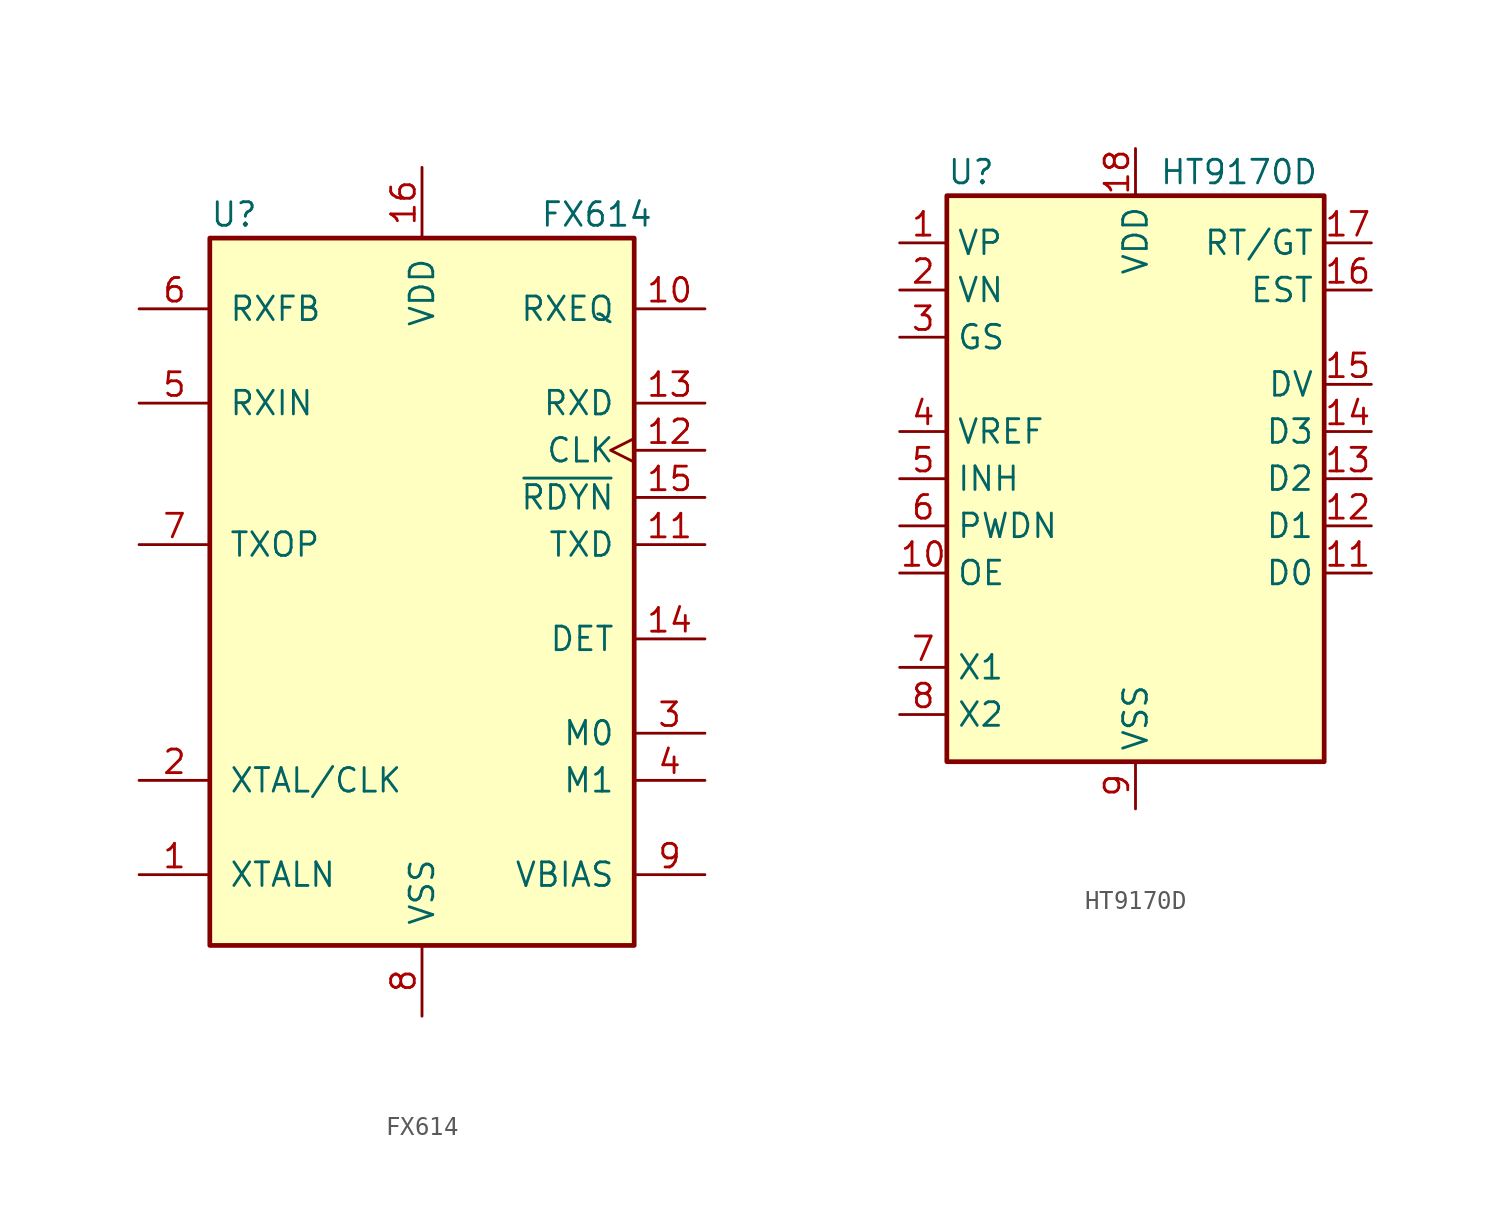
<source format=kicad_sym>
(kicad_symbol_lib
  (version 20201005)
  (generator kicad_symbol_editor)
  (symbol "FX614"
    (pin_names
      (offset 1.016))
    (property "Reference" "U"
      (at -11.43 20.32 0)
      (effects (font (size 1.27 1.27)) (justify left)))
    (property "Value" "FX614"
      (at 6.35 20.32 0)
      (effects (font (size 1.27 1.27)) (justify left)))
    (symbol "FX614_0_1"
      (rectangle (start -11.43 19.05) (end 11.43 -19.05) (stroke (width 0.254)) (fill (type background))))
    (symbol "FX614_1_1"
      (pin output line (at -15.24 -15.24 0) (length 3.81) (name "XTALN" (effects (font (size 1.27 1.27)))) (number "1" (effects (font (size 1.27 1.27)))))
      (pin input line (at 15.24 15.24 180) (length 3.81) (name "RXEQ" (effects (font (size 1.27 1.27)))) (number "10" (effects (font (size 1.27 1.27)))))
      (pin input line (at 15.24 2.54 180) (length 3.81) (name "TXD" (effects (font (size 1.27 1.27)))) (number "11" (effects (font (size 1.27 1.27)))))
      (pin input clock (at 15.24 7.62 180) (length 3.81) (name "CLK" (effects (font (size 1.27 1.27)))) (number "12" (effects (font (size 1.27 1.27)))))
      (pin output line (at 15.24 10.16 180) (length 3.81) (name "RXD" (effects (font (size 1.27 1.27)))) (number "13" (effects (font (size 1.27 1.27)))))
      (pin output line (at 15.24 -2.54 180) (length 3.81) (name "DET" (effects (font (size 1.27 1.27)))) (number "14" (effects (font (size 1.27 1.27)))))
      (pin output line (at 15.24 5.08 180) (length 3.81) (name "~RDYN~" (effects (font (size 1.27 1.27)))) (number "15" (effects (font (size 1.27 1.27)))))
      (pin power_in line (at 0 22.86 270) (length 3.81) (name "VDD" (effects (font (size 1.27 1.27)))) (number "16" (effects (font (size 1.27 1.27)))))
      (pin input line (at -15.24 -10.16 0) (length 3.81) (name "XTAL/CLK" (effects (font (size 1.27 1.27)))) (number "2" (effects (font (size 1.27 1.27)))))
      (pin input line (at 15.24 -7.62 180) (length 3.81) (name "M0" (effects (font (size 1.27 1.27)))) (number "3" (effects (font (size 1.27 1.27)))))
      (pin input line (at 15.24 -10.16 180) (length 3.81) (name "M1" (effects (font (size 1.27 1.27)))) (number "4" (effects (font (size 1.27 1.27)))))
      (pin input line (at -15.24 10.16 0) (length 3.81) (name "RXIN" (effects (font (size 1.27 1.27)))) (number "5" (effects (font (size 1.27 1.27)))))
      (pin output line (at -15.24 15.24 0) (length 3.81) (name "RXFB" (effects (font (size 1.27 1.27)))) (number "6" (effects (font (size 1.27 1.27)))))
      (pin output line (at -15.24 2.54 0) (length 3.81) (name "TXOP" (effects (font (size 1.27 1.27)))) (number "7" (effects (font (size 1.27 1.27)))))
      (pin power_in line (at 0 -22.86 90) (length 3.81) (name "VSS" (effects (font (size 1.27 1.27)))) (number "8" (effects (font (size 1.27 1.27)))))
      (pin passive line (at 15.24 -15.24 180) (length 3.81) (name "VBIAS" (effects (font (size 1.27 1.27)))) (number "9" (effects (font (size 1.27 1.27)))))))
  (symbol "HT9170D"
    (property "Reference" "U"
      (at -10.16 16.51 0)
      (effects (font (size 1.27 1.27)) (justify left)))
    (property "Value" "HT9170D"
      (at 1.27 16.51 0)
      (effects (font (size 1.27 1.27)) (justify left)))
    (symbol "HT9170D_0_1"
      (rectangle (start -10.16 15.24) (end 10.16 -15.24) (stroke (width 0.254)) (fill (type background))))
    (symbol "HT9170D_1_1"
      (pin input line (at -12.7 12.7 0) (length 2.54) (name "VP" (effects (font (size 1.27 1.27)))) (number "1" (effects (font (size 1.27 1.27)))))
      (pin input line (at -12.7 -5.08 0) (length 2.54) (name "OE" (effects (font (size 1.27 1.27)))) (number "10" (effects (font (size 1.27 1.27)))))
      (pin tri_state line (at 12.7 -5.08 180) (length 2.54) (name "D0" (effects (font (size 1.27 1.27)))) (number "11" (effects (font (size 1.27 1.27)))))
      (pin tri_state line (at 12.7 -2.54 180) (length 2.54) (name "D1" (effects (font (size 1.27 1.27)))) (number "12" (effects (font (size 1.27 1.27)))))
      (pin tri_state line (at 12.7 0 180) (length 2.54) (name "D2" (effects (font (size 1.27 1.27)))) (number "13" (effects (font (size 1.27 1.27)))))
      (pin tri_state line (at 12.7 2.54 180) (length 2.54) (name "D3" (effects (font (size 1.27 1.27)))) (number "14" (effects (font (size 1.27 1.27)))))
      (pin output line (at 12.7 5.08 180) (length 2.54) (name "DV" (effects (font (size 1.27 1.27)))) (number "15" (effects (font (size 1.27 1.27)))))
      (pin output line (at 12.7 10.16 180) (length 2.54) (name "EST" (effects (font (size 1.27 1.27)))) (number "16" (effects (font (size 1.27 1.27)))))
      (pin bidirectional line (at 12.7 12.7 180) (length 2.54) (name "RT/GT" (effects (font (size 1.27 1.27)))) (number "17" (effects (font (size 1.27 1.27)))))
      (pin power_in line (at 0 17.78 270) (length 2.54) (name "VDD" (effects (font (size 1.27 1.27)))) (number "18" (effects (font (size 1.27 1.27)))))
      (pin input line (at -12.7 10.16 0) (length 2.54) (name "VN" (effects (font (size 1.27 1.27)))) (number "2" (effects (font (size 1.27 1.27)))))
      (pin output line (at -12.7 7.62 0) (length 2.54) (name "GS" (effects (font (size 1.27 1.27)))) (number "3" (effects (font (size 1.27 1.27)))))
      (pin power_out line (at -12.7 2.54 0) (length 2.54) (name "VREF" (effects (font (size 1.27 1.27)))) (number "4" (effects (font (size 1.27 1.27)))))
      (pin input line (at -12.7 0 0) (length 2.54) (name "INH" (effects (font (size 1.27 1.27)))) (number "5" (effects (font (size 1.27 1.27)))))
      (pin input line (at -12.7 -2.54 0) (length 2.54) (name "PWDN" (effects (font (size 1.27 1.27)))) (number "6" (effects (font (size 1.27 1.27)))))
      (pin input line (at -12.7 -10.16 0) (length 2.54) (name "X1" (effects (font (size 1.27 1.27)))) (number "7" (effects (font (size 1.27 1.27)))))
      (pin output line (at -12.7 -12.7 0) (length 2.54) (name "X2" (effects (font (size 1.27 1.27)))) (number "8" (effects (font (size 1.27 1.27)))))
      (pin power_in line (at 0 -17.78 90) (length 2.54) (name "VSS" (effects (font (size 1.27 1.27)))) (number "9" (effects (font (size 1.27 1.27))))))))
</source>
